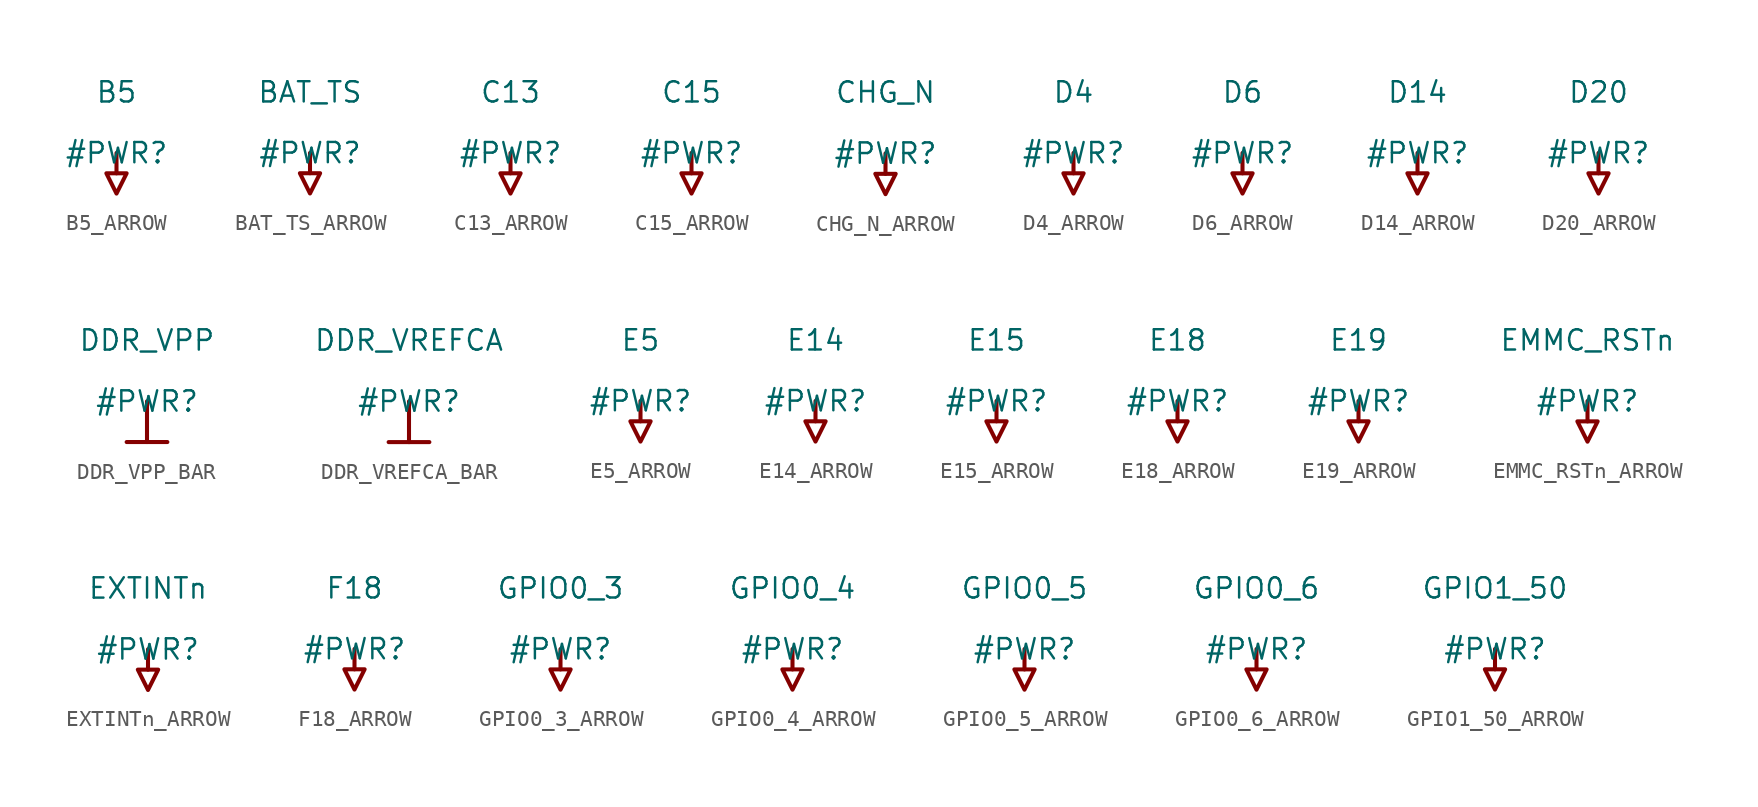
<source format=kicad_sym>
(kicad_symbol_lib
  (version 20231120)
  (generator "kicad_symbol_editor")
  (generator_version "8.0")
  (symbol "B5_ARROW"
    (power)
    (property "Reference" "#PWR"
      (at 0 0 0)
      (effects (font (size 1.27 1.27))))
    (property "Value" "B5"
      (at 0 3.81 0)
      (effects (font (size 1.27 1.27))))
    (symbol "B5_ARROW_0_0"
      (polyline (pts (xy 0 0) (xy 0 -1.27)) (stroke (width 0.254) (type solid)) (fill (type none)))
      (polyline (pts (xy -0.635 -1.27) (xy 0.635 -1.27) (xy 0 -2.54) (xy -0.635 -1.27)) (stroke (width 0.254) (type solid)) (fill (type none)))
      (pin power_in line (at 0 0 0) (length 0) hide (name "B5" (effects (font (size 1.27 1.27)))) (number "" (effects (font (size 1.27 1.27)))))))
  (symbol "BAT_TS_ARROW"
    (power)
    (property "Reference" "#PWR"
      (at 0 0 0)
      (effects (font (size 1.27 1.27))))
    (property "Value" "BAT_TS"
      (at 0 3.81 0)
      (effects (font (size 1.27 1.27))))
    (symbol "BAT_TS_ARROW_0_0"
      (polyline (pts (xy 0 0) (xy 0 -1.27)) (stroke (width 0.254) (type solid)) (fill (type none)))
      (polyline (pts (xy -0.635 -1.27) (xy 0.635 -1.27) (xy 0 -2.54) (xy -0.635 -1.27)) (stroke (width 0.254) (type solid)) (fill (type none)))
      (pin power_in line (at 0 0 0) (length 0) hide (name "BAT_TS" (effects (font (size 1.27 1.27)))) (number "" (effects (font (size 1.27 1.27)))))))
  (symbol "C13_ARROW"
    (power)
    (property "Reference" "#PWR"
      (at 0 0 0)
      (effects (font (size 1.27 1.27))))
    (property "Value" "C13"
      (at 0 3.81 0)
      (effects (font (size 1.27 1.27))))
    (symbol "C13_ARROW_0_0"
      (polyline (pts (xy 0 0) (xy 0 -1.27)) (stroke (width 0.254) (type solid)) (fill (type none)))
      (polyline (pts (xy -0.635 -1.27) (xy 0.635 -1.27) (xy 0 -2.54) (xy -0.635 -1.27)) (stroke (width 0.254) (type solid)) (fill (type none)))
      (pin power_in line (at 0 0 0) (length 0) hide (name "C13" (effects (font (size 1.27 1.27)))) (number "" (effects (font (size 1.27 1.27)))))))
  (symbol "C15_ARROW"
    (power)
    (property "Reference" "#PWR"
      (at 0 0 0)
      (effects (font (size 1.27 1.27))))
    (property "Value" "C15"
      (at 0 3.81 0)
      (effects (font (size 1.27 1.27))))
    (symbol "C15_ARROW_0_0"
      (polyline (pts (xy 0 0) (xy 0 -1.27)) (stroke (width 0.254) (type solid)) (fill (type none)))
      (polyline (pts (xy -0.635 -1.27) (xy 0.635 -1.27) (xy 0 -2.54) (xy -0.635 -1.27)) (stroke (width 0.254) (type solid)) (fill (type none)))
      (pin power_in line (at 0 0 0) (length 0) hide (name "C15" (effects (font (size 1.27 1.27)))) (number "" (effects (font (size 1.27 1.27)))))))
  (symbol "CHG_N_ARROW"
    (power)
    (property "Reference" "#PWR"
      (at 0 0 0)
      (effects (font (size 1.27 1.27))))
    (property "Value" "CHG_N"
      (at 0 3.81 0)
      (effects (font (size 1.27 1.27))))
    (symbol "CHG_N_ARROW_0_0"
      (polyline (pts (xy 0 0) (xy 0 -1.27)) (stroke (width 0.254) (type solid)) (fill (type none)))
      (polyline (pts (xy -0.635 -1.27) (xy 0.635 -1.27) (xy 0 -2.54) (xy -0.635 -1.27)) (stroke (width 0.254) (type solid)) (fill (type none)))
      (pin power_in line (at 0 0 0) (length 0) hide (name "CHG_N" (effects (font (size 1.27 1.27)))) (number "" (effects (font (size 1.27 1.27)))))))
  (symbol "D4_ARROW"
    (power)
    (property "Reference" "#PWR"
      (at 0 0 0)
      (effects (font (size 1.27 1.27))))
    (property "Value" "D4"
      (at 0 3.81 0)
      (effects (font (size 1.27 1.27))))
    (symbol "D4_ARROW_0_0"
      (polyline (pts (xy 0 0) (xy 0 -1.27)) (stroke (width 0.254) (type solid)) (fill (type none)))
      (polyline (pts (xy -0.635 -1.27) (xy 0.635 -1.27) (xy 0 -2.54) (xy -0.635 -1.27)) (stroke (width 0.254) (type solid)) (fill (type none)))
      (pin power_in line (at 0 0 0) (length 0) hide (name "D4" (effects (font (size 1.27 1.27)))) (number "" (effects (font (size 1.27 1.27)))))))
  (symbol "D6_ARROW"
    (power)
    (property "Reference" "#PWR"
      (at 0 0 0)
      (effects (font (size 1.27 1.27))))
    (property "Value" "D6"
      (at 0 3.81 0)
      (effects (font (size 1.27 1.27))))
    (symbol "D6_ARROW_0_0"
      (polyline (pts (xy 0 0) (xy 0 -1.27)) (stroke (width 0.254) (type solid)) (fill (type none)))
      (polyline (pts (xy -0.635 -1.27) (xy 0.635 -1.27) (xy 0 -2.54) (xy -0.635 -1.27)) (stroke (width 0.254) (type solid)) (fill (type none)))
      (pin power_in line (at 0 0 0) (length 0) hide (name "D6" (effects (font (size 1.27 1.27)))) (number "" (effects (font (size 1.27 1.27)))))))
  (symbol "D14_ARROW"
    (power)
    (property "Reference" "#PWR"
      (at 0 0 0)
      (effects (font (size 1.27 1.27))))
    (property "Value" "D14"
      (at 0 3.81 0)
      (effects (font (size 1.27 1.27))))
    (symbol "D14_ARROW_0_0"
      (polyline (pts (xy 0 0) (xy 0 -1.27)) (stroke (width 0.254) (type solid)) (fill (type none)))
      (polyline (pts (xy -0.635 -1.27) (xy 0.635 -1.27) (xy 0 -2.54) (xy -0.635 -1.27)) (stroke (width 0.254) (type solid)) (fill (type none)))
      (pin power_in line (at 0 0 0) (length 0) hide (name "D14" (effects (font (size 1.27 1.27)))) (number "" (effects (font (size 1.27 1.27)))))))
  (symbol "D20_ARROW"
    (power)
    (property "Reference" "#PWR"
      (at 0 0 0)
      (effects (font (size 1.27 1.27))))
    (property "Value" "D20"
      (at 0 3.81 0)
      (effects (font (size 1.27 1.27))))
    (symbol "D20_ARROW_0_0"
      (polyline (pts (xy 0 0) (xy 0 -1.27)) (stroke (width 0.254) (type solid)) (fill (type none)))
      (polyline (pts (xy -0.635 -1.27) (xy 0.635 -1.27) (xy 0 -2.54) (xy -0.635 -1.27)) (stroke (width 0.254) (type solid)) (fill (type none)))
      (pin power_in line (at 0 0 0) (length 0) hide (name "D20" (effects (font (size 1.27 1.27)))) (number "" (effects (font (size 1.27 1.27)))))))
  (symbol "DDR_VPP_BAR"
    (power)
    (property "Reference" "#PWR"
      (at 0 0 0)
      (effects (font (size 1.27 1.27))))
    (property "Value" "DDR_VPP"
      (at 0 3.81 0)
      (effects (font (size 1.27 1.27))))
    (symbol "DDR_VPP_BAR_0_0"
      (polyline (pts (xy -1.27 -2.54) (xy 1.27 -2.54)) (stroke (width 0.254) (type solid)) (fill (type none)))
      (polyline (pts (xy 0 0) (xy 0 -2.54)) (stroke (width 0.254) (type solid)) (fill (type none)))
      (pin power_in line (at 0 0 0) (length 0) hide (name "DDR_VPP" (effects (font (size 1.27 1.27)))) (number "" (effects (font (size 1.27 1.27)))))))
  (symbol "DDR_VREFCA_BAR"
    (power)
    (property "Reference" "#PWR"
      (at 0 0 0)
      (effects (font (size 1.27 1.27))))
    (property "Value" "DDR_VREFCA"
      (at 0 3.81 0)
      (effects (font (size 1.27 1.27))))
    (symbol "DDR_VREFCA_BAR_0_0"
      (polyline (pts (xy -1.27 -2.54) (xy 1.27 -2.54)) (stroke (width 0.254) (type solid)) (fill (type none)))
      (polyline (pts (xy 0 0) (xy 0 -2.54)) (stroke (width 0.254) (type solid)) (fill (type none)))
      (pin power_in line (at 0 0 0) (length 0) hide (name "DDR_VREFCA" (effects (font (size 1.27 1.27)))) (number "" (effects (font (size 1.27 1.27)))))))
  (symbol "E5_ARROW"
    (power)
    (property "Reference" "#PWR"
      (at 0 0 0)
      (effects (font (size 1.27 1.27))))
    (property "Value" "E5"
      (at 0 3.81 0)
      (effects (font (size 1.27 1.27))))
    (symbol "E5_ARROW_0_0"
      (polyline (pts (xy 0 0) (xy 0 -1.27)) (stroke (width 0.254) (type solid)) (fill (type none)))
      (polyline (pts (xy -0.635 -1.27) (xy 0.635 -1.27) (xy 0 -2.54) (xy -0.635 -1.27)) (stroke (width 0.254) (type solid)) (fill (type none)))
      (pin power_in line (at 0 0 0) (length 0) hide (name "E5" (effects (font (size 1.27 1.27)))) (number "" (effects (font (size 1.27 1.27)))))))
  (symbol "E14_ARROW"
    (power)
    (property "Reference" "#PWR"
      (at 0 0 0)
      (effects (font (size 1.27 1.27))))
    (property "Value" "E14"
      (at 0 3.81 0)
      (effects (font (size 1.27 1.27))))
    (symbol "E14_ARROW_0_0"
      (polyline (pts (xy 0 0) (xy 0 -1.27)) (stroke (width 0.254) (type solid)) (fill (type none)))
      (polyline (pts (xy -0.635 -1.27) (xy 0.635 -1.27) (xy 0 -2.54) (xy -0.635 -1.27)) (stroke (width 0.254) (type solid)) (fill (type none)))
      (pin power_in line (at 0 0 0) (length 0) hide (name "E14" (effects (font (size 1.27 1.27)))) (number "" (effects (font (size 1.27 1.27)))))))
  (symbol "E15_ARROW"
    (power)
    (property "Reference" "#PWR"
      (at 0 0 0)
      (effects (font (size 1.27 1.27))))
    (property "Value" "E15"
      (at 0 3.81 0)
      (effects (font (size 1.27 1.27))))
    (symbol "E15_ARROW_0_0"
      (polyline (pts (xy 0 0) (xy 0 -1.27)) (stroke (width 0.254) (type solid)) (fill (type none)))
      (polyline (pts (xy -0.635 -1.27) (xy 0.635 -1.27) (xy 0 -2.54) (xy -0.635 -1.27)) (stroke (width 0.254) (type solid)) (fill (type none)))
      (pin power_in line (at 0 0 0) (length 0) hide (name "E15" (effects (font (size 1.27 1.27)))) (number "" (effects (font (size 1.27 1.27)))))))
  (symbol "E18_ARROW"
    (power)
    (property "Reference" "#PWR"
      (at 0 0 0)
      (effects (font (size 1.27 1.27))))
    (property "Value" "E18"
      (at 0 3.81 0)
      (effects (font (size 1.27 1.27))))
    (symbol "E18_ARROW_0_0"
      (polyline (pts (xy 0 0) (xy 0 -1.27)) (stroke (width 0.254) (type solid)) (fill (type none)))
      (polyline (pts (xy -0.635 -1.27) (xy 0.635 -1.27) (xy 0 -2.54) (xy -0.635 -1.27)) (stroke (width 0.254) (type solid)) (fill (type none)))
      (pin power_in line (at 0 0 0) (length 0) hide (name "E18" (effects (font (size 1.27 1.27)))) (number "" (effects (font (size 1.27 1.27)))))))
  (symbol "E19_ARROW"
    (power)
    (property "Reference" "#PWR"
      (at 0 0 0)
      (effects (font (size 1.27 1.27))))
    (property "Value" "E19"
      (at 0 3.81 0)
      (effects (font (size 1.27 1.27))))
    (symbol "E19_ARROW_0_0"
      (polyline (pts (xy 0 0) (xy 0 -1.27)) (stroke (width 0.254) (type solid)) (fill (type none)))
      (polyline (pts (xy -0.635 -1.27) (xy 0.635 -1.27) (xy 0 -2.54) (xy -0.635 -1.27)) (stroke (width 0.254) (type solid)) (fill (type none)))
      (pin power_in line (at 0 0 0) (length 0) hide (name "E19" (effects (font (size 1.27 1.27)))) (number "" (effects (font (size 1.27 1.27)))))))
  (symbol "EMMC_RSTn_ARROW"
    (power)
    (property "Reference" "#PWR"
      (at 0 0 0)
      (effects (font (size 1.27 1.27))))
    (property "Value" "EMMC_RSTn"
      (at 0 3.81 0)
      (effects (font (size 1.27 1.27))))
    (symbol "EMMC_RSTn_ARROW_0_0"
      (polyline (pts (xy 0 0) (xy 0 -1.27)) (stroke (width 0.254) (type solid)) (fill (type none)))
      (polyline (pts (xy -0.635 -1.27) (xy 0.635 -1.27) (xy 0 -2.54) (xy -0.635 -1.27)) (stroke (width 0.254) (type solid)) (fill (type none)))
      (pin power_in line (at 0 0 0) (length 0) hide (name "EMMC_RSTn" (effects (font (size 1.27 1.27)))) (number "" (effects (font (size 1.27 1.27)))))))
  (symbol "EXTINTn_ARROW"
    (power)
    (property "Reference" "#PWR"
      (at 0 0 0)
      (effects (font (size 1.27 1.27))))
    (property "Value" "EXTINTn"
      (at 0 3.81 0)
      (effects (font (size 1.27 1.27))))
    (symbol "EXTINTn_ARROW_0_0"
      (polyline (pts (xy 0 0) (xy 0 -1.27)) (stroke (width 0.254) (type solid)) (fill (type none)))
      (polyline (pts (xy -0.635 -1.27) (xy 0.635 -1.27) (xy 0 -2.54) (xy -0.635 -1.27)) (stroke (width 0.254) (type solid)) (fill (type none)))
      (pin power_in line (at 0 0 0) (length 0) hide (name "EXTINTn" (effects (font (size 1.27 1.27)))) (number "" (effects (font (size 1.27 1.27)))))))
  (symbol "F18_ARROW"
    (power)
    (property "Reference" "#PWR"
      (at 0 0 0)
      (effects (font (size 1.27 1.27))))
    (property "Value" "F18"
      (at 0 3.81 0)
      (effects (font (size 1.27 1.27))))
    (symbol "F18_ARROW_0_0"
      (polyline (pts (xy 0 0) (xy 0 -1.27)) (stroke (width 0.254) (type solid)) (fill (type none)))
      (polyline (pts (xy -0.635 -1.27) (xy 0.635 -1.27) (xy 0 -2.54) (xy -0.635 -1.27)) (stroke (width 0.254) (type solid)) (fill (type none)))
      (pin power_in line (at 0 0 0) (length 0) hide (name "F18" (effects (font (size 1.27 1.27)))) (number "" (effects (font (size 1.27 1.27)))))))
  (symbol "GPIO0_3_ARROW"
    (power)
    (property "Reference" "#PWR"
      (at 0 0 0)
      (effects (font (size 1.27 1.27))))
    (property "Value" "GPIO0_3"
      (at 0 3.81 0)
      (effects (font (size 1.27 1.27))))
    (symbol "GPIO0_3_ARROW_0_0"
      (polyline (pts (xy 0 0) (xy 0 -1.27)) (stroke (width 0.254) (type solid)) (fill (type none)))
      (polyline (pts (xy -0.635 -1.27) (xy 0.635 -1.27) (xy 0 -2.54) (xy -0.635 -1.27)) (stroke (width 0.254) (type solid)) (fill (type none)))
      (pin power_in line (at 0 0 0) (length 0) hide (name "GPIO0_3" (effects (font (size 1.27 1.27)))) (number "" (effects (font (size 1.27 1.27)))))))
  (symbol "GPIO0_4_ARROW"
    (power)
    (property "Reference" "#PWR"
      (at 0 0 0)
      (effects (font (size 1.27 1.27))))
    (property "Value" "GPIO0_4"
      (at 0 3.81 0)
      (effects (font (size 1.27 1.27))))
    (symbol "GPIO0_4_ARROW_0_0"
      (polyline (pts (xy 0 0) (xy 0 -1.27)) (stroke (width 0.254) (type solid)) (fill (type none)))
      (polyline (pts (xy -0.635 -1.27) (xy 0.635 -1.27) (xy 0 -2.54) (xy -0.635 -1.27)) (stroke (width 0.254) (type solid)) (fill (type none)))
      (pin power_in line (at 0 0 0) (length 0) hide (name "GPIO0_4" (effects (font (size 1.27 1.27)))) (number "" (effects (font (size 1.27 1.27)))))))
  (symbol "GPIO0_5_ARROW"
    (power)
    (property "Reference" "#PWR"
      (at 0 0 0)
      (effects (font (size 1.27 1.27))))
    (property "Value" "GPIO0_5"
      (at 0 3.81 0)
      (effects (font (size 1.27 1.27))))
    (symbol "GPIO0_5_ARROW_0_0"
      (polyline (pts (xy 0 0) (xy 0 -1.27)) (stroke (width 0.254) (type solid)) (fill (type none)))
      (polyline (pts (xy -0.635 -1.27) (xy 0.635 -1.27) (xy 0 -2.54) (xy -0.635 -1.27)) (stroke (width 0.254) (type solid)) (fill (type none)))
      (pin power_in line (at 0 0 0) (length 0) hide (name "GPIO0_5" (effects (font (size 1.27 1.27)))) (number "" (effects (font (size 1.27 1.27)))))))
  (symbol "GPIO0_6_ARROW"
    (power)
    (property "Reference" "#PWR"
      (at 0 0 0)
      (effects (font (size 1.27 1.27))))
    (property "Value" "GPIO0_6"
      (at 0 3.81 0)
      (effects (font (size 1.27 1.27))))
    (symbol "GPIO0_6_ARROW_0_0"
      (polyline (pts (xy 0 0) (xy 0 -1.27)) (stroke (width 0.254) (type solid)) (fill (type none)))
      (polyline (pts (xy -0.635 -1.27) (xy 0.635 -1.27) (xy 0 -2.54) (xy -0.635 -1.27)) (stroke (width 0.254) (type solid)) (fill (type none)))
      (pin power_in line (at 0 0 0) (length 0) hide (name "GPIO0_6" (effects (font (size 1.27 1.27)))) (number "" (effects (font (size 1.27 1.27)))))))
  (symbol "GPIO1_50_ARROW"
    (power)
    (property "Reference" "#PWR"
      (at 0 0 0)
      (effects (font (size 1.27 1.27))))
    (property "Value" "GPIO1_50"
      (at 0 3.81 0)
      (effects (font (size 1.27 1.27))))
    (symbol "GPIO1_50_ARROW_0_0"
      (polyline (pts (xy 0 0) (xy 0 -1.27)) (stroke (width 0.254) (type solid)) (fill (type none)))
      (polyline (pts (xy -0.635 -1.27) (xy 0.635 -1.27) (xy 0 -2.54) (xy -0.635 -1.27)) (stroke (width 0.254) (type solid)) (fill (type none)))
      (pin power_in line (at 0 0 0) (length 0) hide (name "GPIO1_50" (effects (font (size 1.27 1.27)))) (number "" (effects (font (size 1.27 1.27))))))))
</source>
